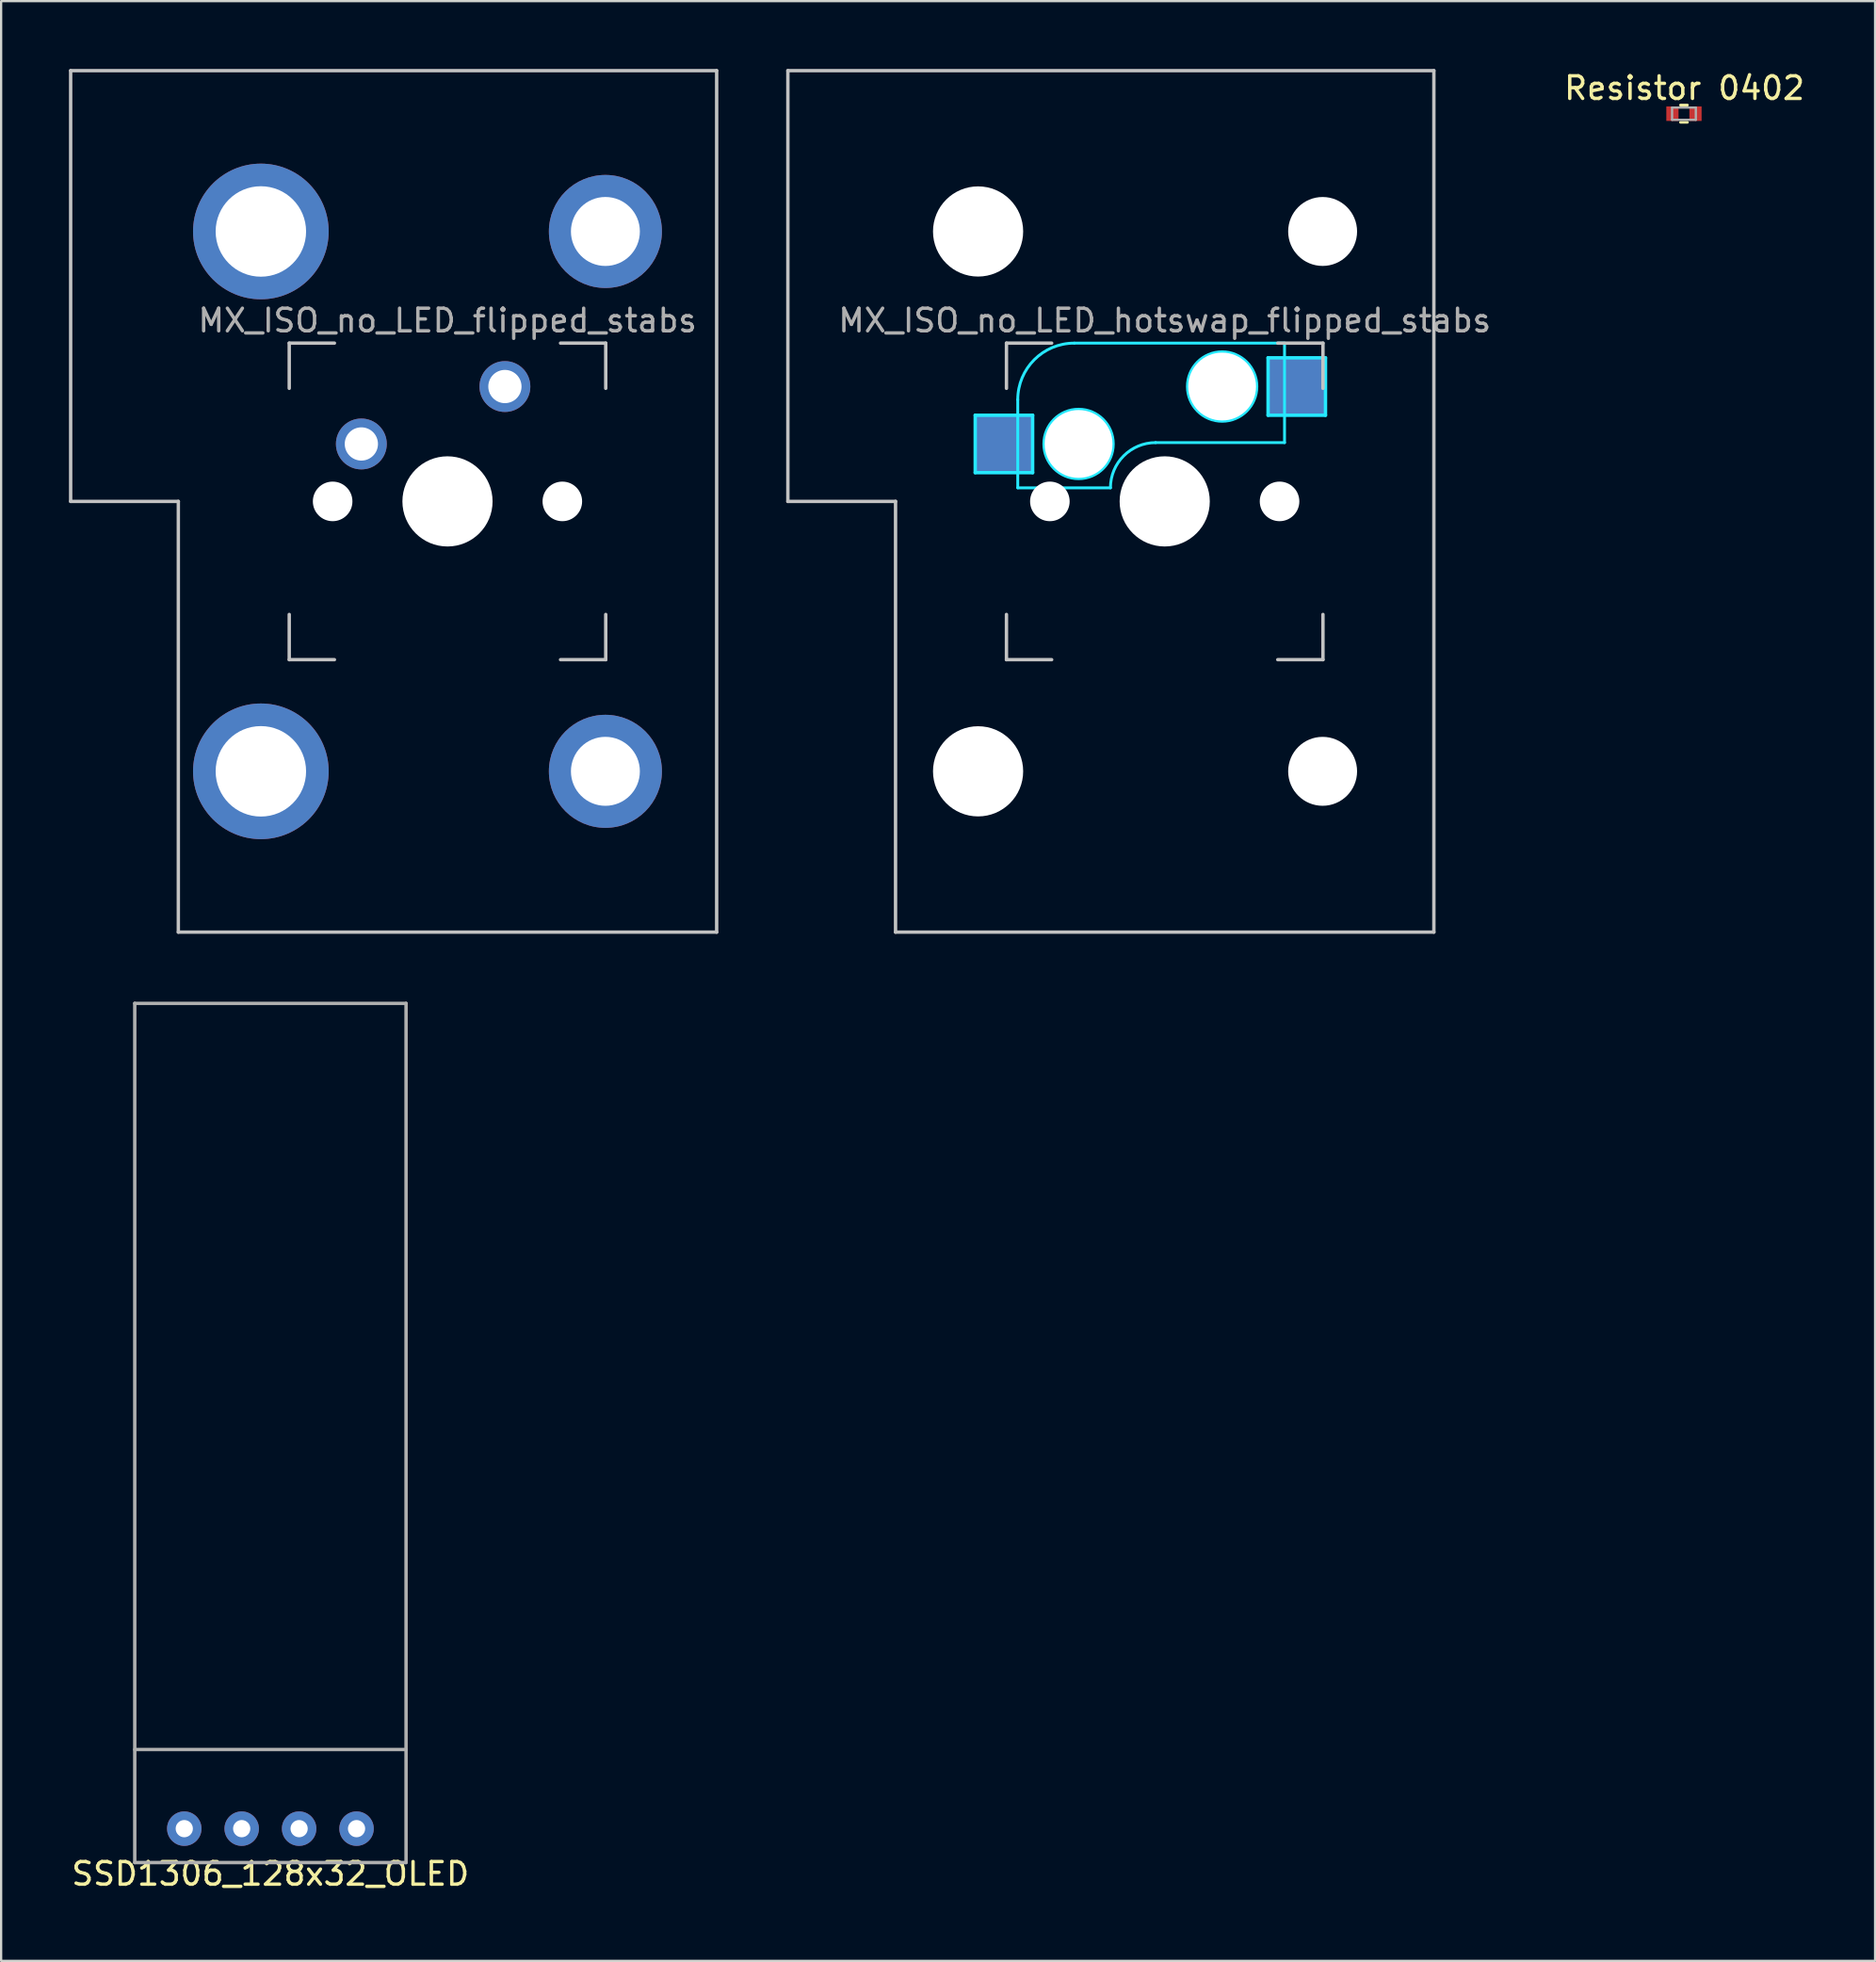
<source format=kicad_pcb>
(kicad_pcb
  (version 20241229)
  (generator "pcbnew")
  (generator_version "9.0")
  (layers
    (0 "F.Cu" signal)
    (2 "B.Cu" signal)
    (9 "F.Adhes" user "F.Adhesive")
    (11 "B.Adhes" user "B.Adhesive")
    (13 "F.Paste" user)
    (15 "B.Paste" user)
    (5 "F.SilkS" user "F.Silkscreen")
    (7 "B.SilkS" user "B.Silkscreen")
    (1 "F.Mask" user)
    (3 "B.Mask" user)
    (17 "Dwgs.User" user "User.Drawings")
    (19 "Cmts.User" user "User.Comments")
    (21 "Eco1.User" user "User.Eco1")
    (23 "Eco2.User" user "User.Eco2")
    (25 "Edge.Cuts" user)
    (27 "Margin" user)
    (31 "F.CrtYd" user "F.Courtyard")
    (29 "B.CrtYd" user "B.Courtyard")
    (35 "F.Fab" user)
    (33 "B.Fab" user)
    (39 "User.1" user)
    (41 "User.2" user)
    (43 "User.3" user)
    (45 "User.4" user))
  (footprint "MX_ISO_no_LED_hotswap_flipped_stabs"
    (layer "F.Cu")
    (at 48.469 19.125)
    (property "Reference" "MX_ISO_no_LED_hotswap_flipped_stabs" (at 0 -8 0) (layer "F.Fab") (effects (font (size 1 1) (thickness 0.15))))
    (attr through_hole)
    (fp_line (start -16.669 -19.05) (end -16.669 0) (stroke (width 0.15) (type solid)) (layer "Dwgs.User"))
    (fp_line (start -16.669 -19.05) (end 11.906 -19.05) (stroke (width 0.15) (type solid)) (layer "Dwgs.User"))
    (fp_line (start -11.906 0) (end -16.669 0) (stroke (width 0.15) (type solid)) (layer "Dwgs.User"))
    (fp_line (start -11.906 19.05) (end -11.906 0) (stroke (width 0.15) (type solid)) (layer "Dwgs.User"))
    (fp_line (start -11.906 19.05) (end 11.906 19.05) (stroke (width 0.15) (type solid)) (layer "Dwgs.User"))
    (fp_line (start -7 -7) (end -7 -5) (stroke (width 0.15) (type solid)) (layer "Dwgs.User"))
    (fp_line (start -7 5) (end -7 7) (stroke (width 0.15) (type solid)) (layer "Dwgs.User"))
    (fp_line (start -7 7) (end -5 7) (stroke (width 0.15) (type solid)) (layer "Dwgs.User"))
    (fp_line (start -5 -7) (end -7 -7) (stroke (width 0.15) (type solid)) (layer "Dwgs.User"))
    (fp_line (start 5 -7) (end 7 -7) (stroke (width 0.15) (type solid)) (layer "Dwgs.User"))
    (fp_line (start 5 7) (end 7 7) (stroke (width 0.15) (type solid)) (layer "Dwgs.User"))
    (fp_line (start 7 -7) (end 7 -5) (stroke (width 0.15) (type solid)) (layer "Dwgs.User"))
    (fp_line (start 7 7) (end 7 5) (stroke (width 0.15) (type solid)) (layer "Dwgs.User"))
    (fp_line (start 11.906 -19.05) (end 11.906 19.05) (stroke (width 0.15) (type solid)) (layer "Dwgs.User"))
    (fp_line (start -8.382 -3.81) (end -8.382 -1.27) (stroke (width 0.15) (type solid)) (layer "B.CrtYd"))
    (fp_line (start -8.382 -1.27) (end -5.842 -1.27) (stroke (width 0.15) (type solid)) (layer "B.CrtYd"))
    (fp_line (start -6.5 -4.5) (end -6.5 -0.6) (stroke (width 0.127) (type solid)) (layer "B.CrtYd"))
    (fp_line (start -6.5 -0.6) (end -2.4 -0.6) (stroke (width 0.127) (type solid)) (layer "B.CrtYd"))
    (fp_line (start -5.842 -3.81) (end -8.382 -3.81) (stroke (width 0.15) (type solid)) (layer "B.CrtYd"))
    (fp_line (start -5.842 -1.27) (end -5.842 -3.81) (stroke (width 0.15) (type solid)) (layer "B.CrtYd"))
    (fp_line (start -0.4 -2.6) (end 5.3 -2.6) (stroke (width 0.127) (type solid)) (layer "B.CrtYd"))
    (fp_line (start 4.572 -6.35) (end 7.112 -6.35) (stroke (width 0.15) (type solid)) (layer "B.CrtYd"))
    (fp_line (start 4.572 -3.81) (end 4.572 -6.35) (stroke (width 0.15) (type solid)) (layer "B.CrtYd"))
    (fp_line (start 5.3 -7) (end -4 -7) (stroke (width 0.127) (type solid)) (layer "B.CrtYd"))
    (fp_line (start 5.3 -7) (end 5.3 -2.6) (stroke (width 0.127) (type solid)) (layer "B.CrtYd"))
    (fp_line (start 7.112 -6.35) (end 7.112 -3.81) (stroke (width 0.15) (type solid)) (layer "B.CrtYd"))
    (fp_line (start 7.112 -3.81) (end 4.572 -3.81) (stroke (width 0.15) (type solid)) (layer "B.CrtYd"))
    (fp_arc (start -6.5 -4.5) (mid -5.767767 -6.267767) (end -4 -7) (stroke (width 0.127) (type solid)) (layer "B.CrtYd"))
    (fp_arc (start -2.4 -0.6) (mid -1.814214 -2.014214) (end -0.4 -2.6) (stroke (width 0.127) (type solid)) (layer "B.CrtYd"))
    (fp_circle (center -3.81 -2.54) (end -3.81 -4.064) (stroke (width 0.15) (type solid)) (fill no) (layer "B.CrtYd"))
    (fp_circle (center 2.54 -5.08) (end 2.54 -6.604) (stroke (width 0.15) (type solid)) (fill no) (layer "B.CrtYd"))
    (fp_text user "ISO Enter" (at 0 7.144 0) (layer "F.Mask") (effects (font (size 1 1) (thickness 0.15))))
    (pad "" np_thru_hole circle (at -8.255 -11.938) (size 3.988 3.988) (drill 3.988) (layers "*.Cu" "*.Mask"))
    (pad "" np_thru_hole circle (at -8.255 11.938) (size 3.988 3.988) (drill 3.988) (layers "*.Cu" "*.Mask"))
    (pad "" np_thru_hole circle (at -5.08 0 48.1) (size 1.75 1.75) (drill 1.75) (layers "*.Cu" "*.Mask"))
    (pad "" np_thru_hole circle (at -3.81 -2.54) (size 3 3) (drill 3) (layers "*.Cu" "*.Mask"))
    (pad "" np_thru_hole circle (at 0 0) (size 3.988 3.988) (drill 3.988) (layers "*.Cu" "*.Mask"))
    (pad "" np_thru_hole circle (at 2.54 -5.08) (size 3 3) (drill 3) (layers "*.Cu" "*.Mask"))
    (pad "" np_thru_hole circle (at 5.08 0 48.1) (size 1.75 1.75) (drill 1.75) (layers "*.Cu" "*.Mask"))
    (pad "" np_thru_hole circle (at 6.985 -11.938) (size 3.048 3.048) (drill 3.048) (layers "*.Cu" "*.Mask"))
    (pad "" np_thru_hole circle (at 6.985 11.938) (size 3.048 3.048) (drill 3.048) (layers "*.Cu" "*.Mask"))
    (pad "1" smd rect (at 5.842 -5.08) (size 2.55 2.5) (layers "B.Cu" "B.Mask" "B.Paste"))
    (pad "2" smd rect (at -7.085 -2.54) (size 2.55 2.5) (layers "B.Cu" "B.Mask" "B.Paste")))
  (footprint "Resistor 0402"
    (layer "F.Cu")
    (at 71.457 1.998)
    (property "Reference" "Resistor 0402" (at 0 -1.15 0) (unlocked yes) (layer "F.SilkS") (effects (font (size 1 1) (thickness 0.15))))
    (attr smd)
    (fp_line (start -0.174 -0.4) (end 0.134 -0.4) (stroke (width 0.12) (type solid)) (layer "F.SilkS"))
    (fp_line (start -0.174 0.36) (end 0.134 0.36) (stroke (width 0.12) (type solid)) (layer "F.SilkS"))
    (fp_line (start -0.545 -0.29) (end 0.505 -0.29) (stroke (width 0.1) (type solid)) (layer "F.Fab"))
    (fp_line (start -0.545 0.25) (end -0.545 -0.29) (stroke (width 0.1) (type solid)) (layer "F.Fab"))
    (fp_line (start 0.505 -0.29) (end 0.505 0.25) (stroke (width 0.1) (type solid)) (layer "F.Fab"))
    (fp_line (start 0.505 0.25) (end -0.545 0.25) (stroke (width 0.1) (type solid)) (layer "F.Fab"))
    (pad "1" smd rect (at -0.53 -0.02) (size 0.54 0.64) (layers "F.Cu" "F.Mask" "F.Paste"))
    (pad "2" smd rect (at 0.49 -0.02) (size 0.54 0.64) (layers "F.Cu" "F.Mask" "F.Paste")))
  (footprint "MX_ISO_no_LED_flipped_stabs"
    (layer "F.Cu")
    (at 16.744 19.125)
    (property "Reference" "MX_ISO_no_LED_flipped_stabs" (at 0 -8 0) (layer "F.Fab") (effects (font (size 1 1) (thickness 0.15))))
    (attr through_hole)
    (fp_line (start -16.669 -19.05) (end -16.669 0) (stroke (width 0.15) (type solid)) (layer "Dwgs.User"))
    (fp_line (start -16.669 -19.05) (end 11.906 -19.05) (stroke (width 0.15) (type solid)) (layer "Dwgs.User"))
    (fp_line (start -11.906 0) (end -16.669 0) (stroke (width 0.15) (type solid)) (layer "Dwgs.User"))
    (fp_line (start -11.906 19.05) (end -11.906 0) (stroke (width 0.15) (type solid)) (layer "Dwgs.User"))
    (fp_line (start -11.906 19.05) (end 11.906 19.05) (stroke (width 0.15) (type solid)) (layer "Dwgs.User"))
    (fp_line (start -7 -7) (end -7 -5) (stroke (width 0.15) (type solid)) (layer "Dwgs.User"))
    (fp_line (start -7 5) (end -7 7) (stroke (width 0.15) (type solid)) (layer "Dwgs.User"))
    (fp_line (start -7 7) (end -5 7) (stroke (width 0.15) (type solid)) (layer "Dwgs.User"))
    (fp_line (start -5 -7) (end -7 -7) (stroke (width 0.15) (type solid)) (layer "Dwgs.User"))
    (fp_line (start 5 -7) (end 7 -7) (stroke (width 0.15) (type solid)) (layer "Dwgs.User"))
    (fp_line (start 5 7) (end 7 7) (stroke (width 0.15) (type solid)) (layer "Dwgs.User"))
    (fp_line (start 7 -7) (end 7 -5) (stroke (width 0.15) (type solid)) (layer "Dwgs.User"))
    (fp_line (start 7 7) (end 7 5) (stroke (width 0.15) (type solid)) (layer "Dwgs.User"))
    (fp_line (start 11.906 -19.05) (end 11.906 19.05) (stroke (width 0.15) (type solid)) (layer "Dwgs.User"))
    (fp_text user "ISO Enter" (at 0 7.144 0) (layer "F.Mask") (effects (font (size 1 1) (thickness 0.15))))
    (pad "" np_thru_hole circle (at -8.255 -11.938) (size 6 6) (drill 4) (layers "*.Cu" "B.Mask"))
    (pad "" np_thru_hole circle (at -8.255 11.938) (size 6 6) (drill 4) (layers "*.Cu" "B.Mask"))
    (pad "" np_thru_hole circle (at -5.08 0 48.1) (size 1.75 1.75) (drill 1.75) (layers "*.Cu" "*.Mask"))
    (pad "" np_thru_hole circle (at 0 0) (size 3.988 3.988) (drill 3.988) (layers "*.Cu" "*.Mask"))
    (pad "" np_thru_hole circle (at 5.08 0 48.1) (size 1.75 1.75) (drill 1.75) (layers "*.Cu" "*.Mask"))
    (pad "" np_thru_hole circle (at 6.985 -11.938) (size 5 5) (drill 3.05) (layers "*.Cu" "B.Mask"))
    (pad "" np_thru_hole circle (at 6.985 11.938) (size 5 5) (drill 3.05) (layers "*.Cu" "B.Mask"))
    (pad "1" thru_hole circle (at 2.54 -5.08) (size 2.25 2.25) (drill 1.47) (layers "*.Cu" "*.Mask"))
    (pad "2" thru_hole circle (at -3.81 -2.54) (size 2.25 2.25) (drill 1.47) (layers "*.Cu" "*.Mask")))
  (footprint "SSD1306_128x32_OLED"
    (layer "F.Cu")
    (at 8.911 60.325)
    (property "Reference" "SSD1306_128x32_OLED" (at 0 19.5 0) (layer "F.SilkS") (effects (font (size 1 1) (thickness 0.15))))
    (attr through_hole)
    (fp_line (start -6 19) (end -6 -19) (stroke (width 0.15) (type solid)) (layer "F.Fab"))
    (fp_line (start 6 -19) (end -6 -19) (stroke (width 0.15) (type solid)) (layer "F.Fab"))
    (fp_line (start 6 14) (end -6 14) (stroke (width 0.15) (type solid)) (layer "F.Fab"))
    (fp_line (start 6 19) (end -6 19) (stroke (width 0.15) (type solid)) (layer "F.Fab"))
    (fp_line (start 6 19) (end 6 -19) (stroke (width 0.15) (type solid)) (layer "F.Fab"))
    (pad "1" thru_hole circle (at 3.81 17.5 90) (size 1.524 1.524) (drill 0.762) (layers "*.Cu" "*.Mask"))
    (pad "2" thru_hole circle (at 1.27 17.5 90) (size 1.524 1.524) (drill 0.762) (layers "*.Cu" "*.Mask"))
    (pad "3" thru_hole circle (at -1.27 17.5 90) (size 1.524 1.524) (drill 0.762) (layers "*.Cu" "*.Mask"))
    (pad "4" thru_hole circle (at -3.81 17.5 90) (size 1.524 1.524) (drill 0.762) (layers "*.Cu" "*.Mask")))
  (gr_rect
    (start -3 -3)
    (end 79.891 83.673)
    (stroke (width 0.1) (type default))
    (fill no)
    (layer "Edge.Cuts")))
</source>
